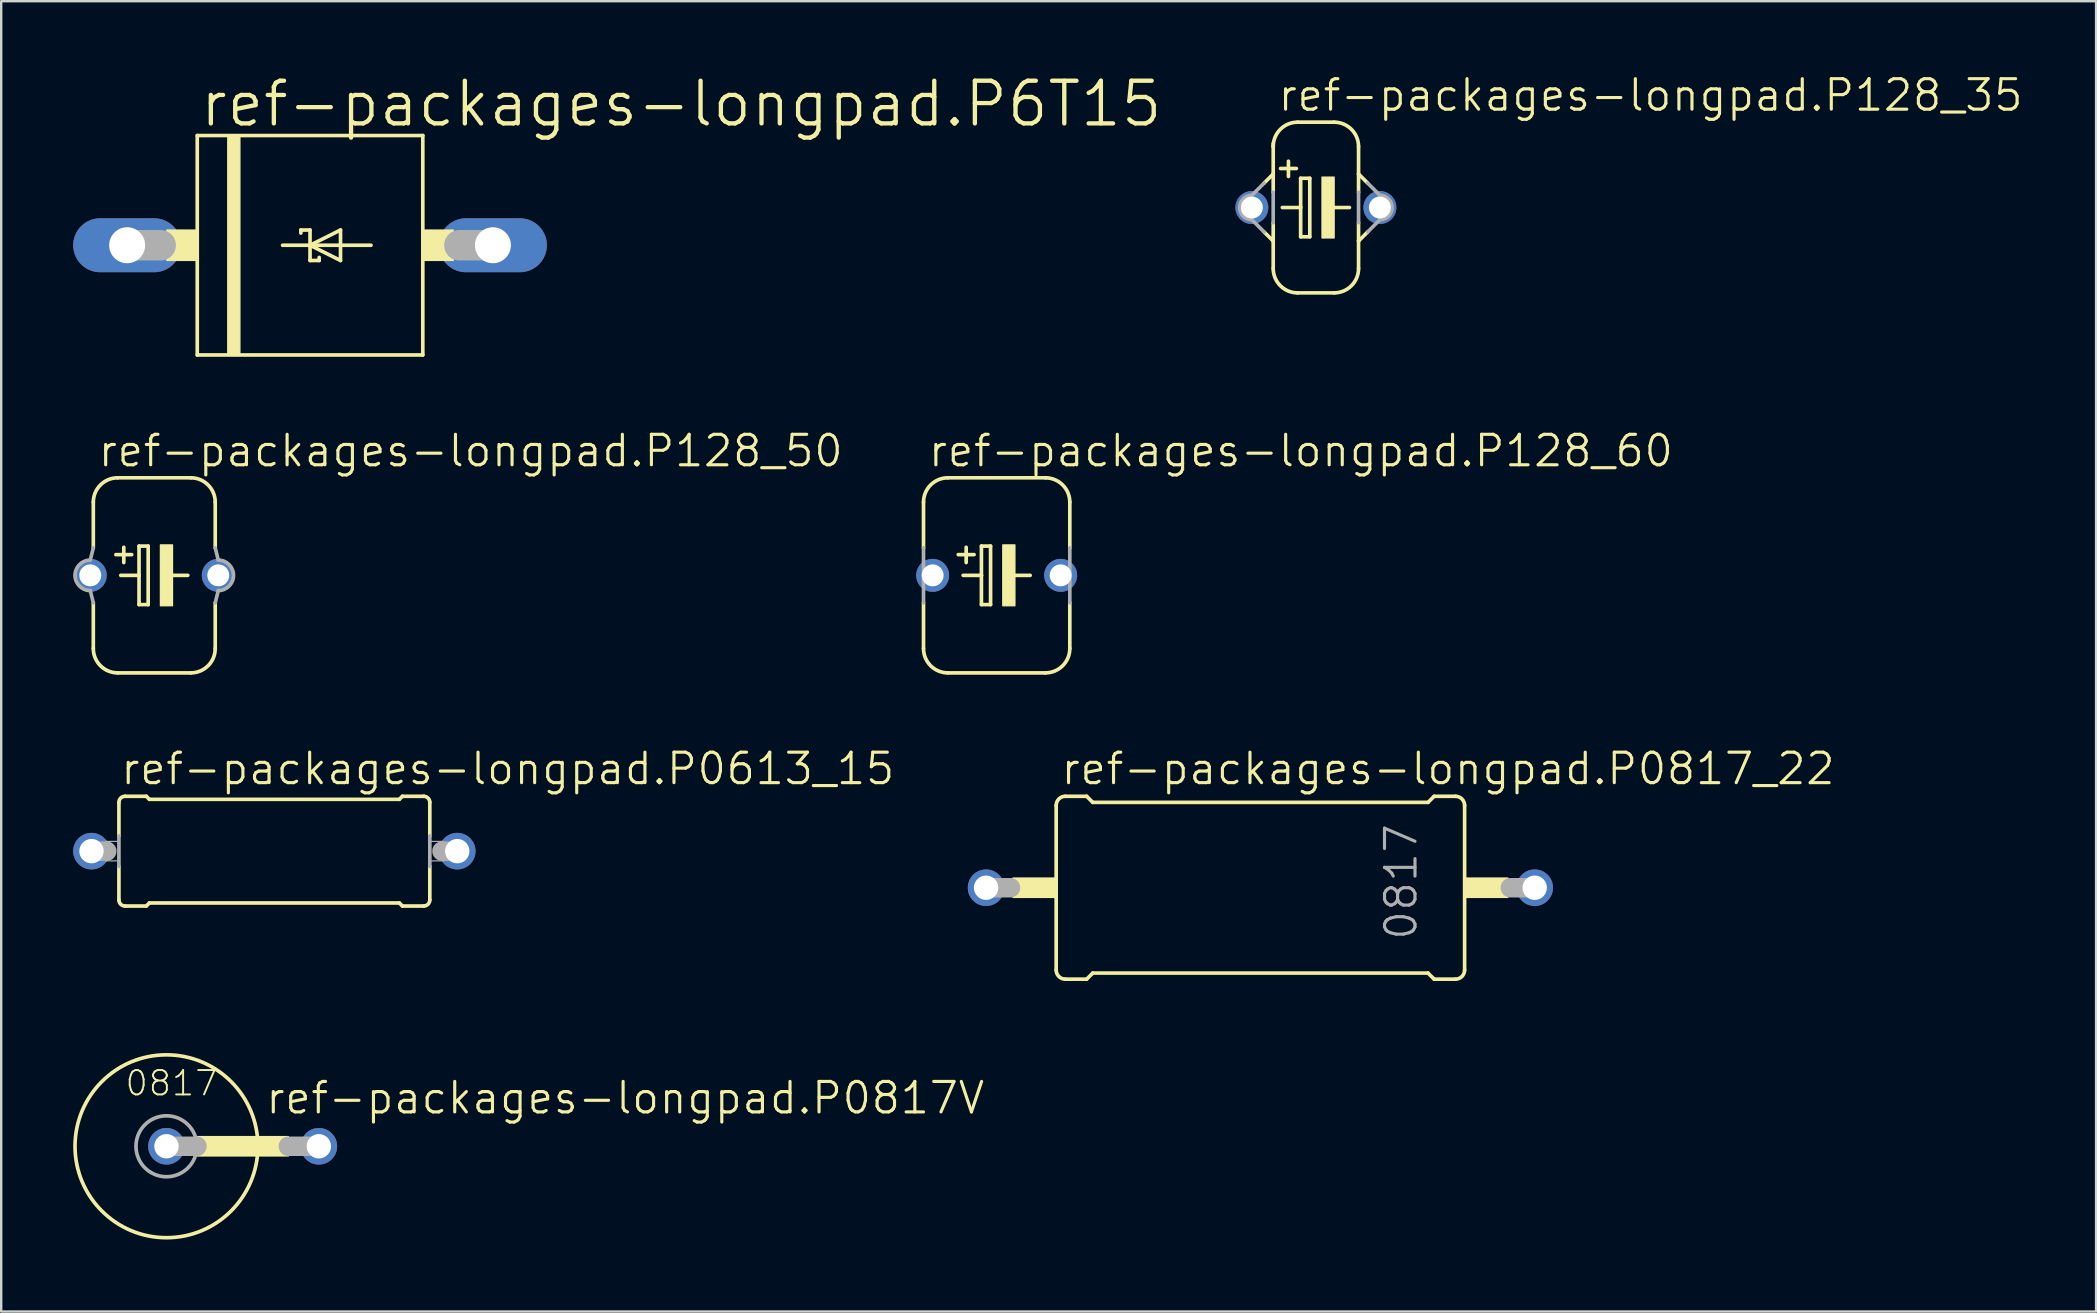
<source format=kicad_pcb>
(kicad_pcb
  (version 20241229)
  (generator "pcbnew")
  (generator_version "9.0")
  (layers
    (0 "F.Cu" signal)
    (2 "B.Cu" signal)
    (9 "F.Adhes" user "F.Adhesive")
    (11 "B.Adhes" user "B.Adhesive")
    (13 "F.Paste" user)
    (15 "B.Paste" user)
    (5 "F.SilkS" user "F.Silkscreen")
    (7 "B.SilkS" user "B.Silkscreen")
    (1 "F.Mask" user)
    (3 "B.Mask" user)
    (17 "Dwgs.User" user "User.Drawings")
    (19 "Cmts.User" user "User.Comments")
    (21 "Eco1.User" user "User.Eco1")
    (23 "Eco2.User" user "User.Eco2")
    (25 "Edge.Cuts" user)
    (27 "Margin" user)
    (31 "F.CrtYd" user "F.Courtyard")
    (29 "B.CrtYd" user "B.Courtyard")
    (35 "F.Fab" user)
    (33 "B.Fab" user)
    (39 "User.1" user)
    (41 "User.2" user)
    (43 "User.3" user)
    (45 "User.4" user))
  (footprint "ref-packages-longpad.P128_60"
    (layer "F.Cu")
    (at 38.478 20.923)
    (property "Reference" "ref-packages-longpad.P128_60" (at -2.921 -4.445 0) (layer "F.SilkS") (effects (font (size 1.27 1.27) (thickness 0.13)) (justify left bottom)))
    (attr through_hole)
    (fp_line (start -3.048 -3.048) (end -3.048 -1.143) (stroke (width 0.152) (type default)) (layer "F.SilkS"))
    (fp_line (start -3.048 1.143) (end -3.048 3.048) (stroke (width 0.152) (type default)) (layer "F.SilkS"))
    (fp_line (start -2.032 4.064) (end 2.032 4.064) (stroke (width 0.152) (type default)) (layer "F.SilkS"))
    (fp_line (start -1.397 0) (end -0.635 0) (stroke (width 0.152) (type default)) (layer "F.SilkS"))
    (fp_line (start -1.27 -1.168) (end -1.27 -0.533) (stroke (width 0.152) (type default)) (layer "F.SilkS"))
    (fp_line (start -0.94 -0.864) (end -1.6 -0.864) (stroke (width 0.152) (type default)) (layer "F.SilkS"))
    (fp_line (start -0.635 -1.219) (end -0.635 0) (stroke (width 0.152) (type default)) (layer "F.SilkS"))
    (fp_line (start -0.635 0) (end -0.635 1.219) (stroke (width 0.152) (type default)) (layer "F.SilkS"))
    (fp_line (start -0.635 1.219) (end -0.254 1.219) (stroke (width 0.152) (type default)) (layer "F.SilkS"))
    (fp_line (start -0.254 -1.219) (end -0.635 -1.219) (stroke (width 0.152) (type default)) (layer "F.SilkS"))
    (fp_line (start -0.254 1.219) (end -0.254 -1.219) (stroke (width 0.152) (type default)) (layer "F.SilkS"))
    (fp_line (start 0.635 0) (end 1.397 0) (stroke (width 0.152) (type default)) (layer "F.SilkS"))
    (fp_line (start 2.032 -4.064) (end -2.032 -4.064) (stroke (width 0.152) (type default)) (layer "F.SilkS"))
    (fp_line (start 3.048 -3.048) (end 3.048 -1.143) (stroke (width 0.152) (type default)) (layer "F.SilkS"))
    (fp_line (start 3.048 1.143) (end 3.048 3.048) (stroke (width 0.152) (type default)) (layer "F.SilkS"))
    (fp_rect (start 0.254 1.27) (end 0.762 -1.27) (stroke (width 0.05) (type default)) (fill yes) (layer "F.SilkS"))
    (fp_arc (start -3.048 -3.048) (mid -2.75042 -3.76642) (end -2.032 -4.064) (stroke (width 0.1524) (type default)) (layer "F.SilkS"))
    (fp_arc (start -2.032 4.064) (mid -2.75042 3.76642) (end -3.048 3.048) (stroke (width 0.1524) (type default)) (layer "F.SilkS"))
    (fp_arc (start 2.032 -4.064) (mid 2.75042 -3.76642) (end 3.048 -3.048) (stroke (width 0.1524) (type default)) (layer "F.SilkS"))
    (fp_arc (start 3.048 3.048) (mid 2.75042 3.76642) (end 2.032 4.064) (stroke (width 0.1524) (type default)) (layer "F.SilkS"))
    (fp_line (start -3.048 1.143) (end -3.048 -1.143) (stroke (width 0.152) (type default)) (layer "F.Fab"))
    (fp_line (start 3.048 1.143) (end 3.048 -1.143) (stroke (width 0.152) (type default)) (layer "F.Fab"))
    (pad "+" thru_hole circle (at -2.667 0) (size 1.372 1.372) (drill 0.914) (layers "*.Cu" "*.Mask"))
    (pad "-" thru_hole circle (at 2.667 0) (size 1.372 1.372) (drill 0.914) (layers "*.Cu" "*.Mask")))
  (footprint "ref-packages-longpad.P0817V"
    (layer "F.Cu")
    (at 8.966 44.712)
    (property "Reference" "ref-packages-longpad.P0817V" (at -1.016 -1.27 0) (layer "F.SilkS") (effects (font (size 1.27 1.27) (thickness 0.13)) (justify left bottom)))
    (attr through_hole)
    (fp_rect (start -3.81 0.406) (end 0 -0.406) (stroke (width 0.05) (type default)) (fill yes) (layer "F.SilkS"))
    (fp_circle (center -5.08 0) (end -1.27 0) (stroke (width 0.152) (type default)) (fill no) (layer "F.SilkS"))
    (fp_line (start -3.81 0) (end -5.08 0) (stroke (width 0.813) (type default)) (layer "F.Fab"))
    (fp_line (start 1.27 0) (end 0 0) (stroke (width 0.813) (type default)) (layer "F.Fab"))
    (fp_circle (center -5.08 0) (end -3.81 0) (stroke (width 0.152) (type default)) (fill no) (layer "F.Fab"))
    (fp_text user "0817" (at -6.858 -2.032 0) (layer "F.SilkS") (effects (font (size 1.016 1.016) (thickness 0.08)) (justify left bottom)))
    (pad "1" thru_hole circle (at -5.08 0) (size 1.524 1.524) (drill 1.016) (layers "*.Cu" "*.Mask"))
    (pad "2" thru_hole circle (at 1.27 0) (size 1.524 1.524) (drill 1.016) (layers "*.Cu" "*.Mask")))
  (footprint "ref-packages-longpad.P0817_22"
    (layer "F.Cu")
    (at 49.467 33.939)
    (property "Reference" "ref-packages-longpad.P0817_22" (at -8.382 -4.216 0) (layer "F.SilkS") (effects (font (size 1.27 1.27) (thickness 0.13)) (justify left bottom)))
    (attr through_hole)
    (fp_line (start -8.509 3.429) (end -8.509 -3.429) (stroke (width 0.152) (type default)) (layer "F.SilkS"))
    (fp_line (start -8.128 -3.81) (end -7.239 -3.81) (stroke (width 0.152) (type default)) (layer "F.SilkS"))
    (fp_line (start -8.128 3.81) (end -7.239 3.81) (stroke (width 0.152) (type default)) (layer "F.SilkS"))
    (fp_line (start -6.985 -3.556) (end -7.239 -3.81) (stroke (width 0.152) (type default)) (layer "F.SilkS"))
    (fp_line (start -6.985 3.556) (end -7.239 3.81) (stroke (width 0.152) (type default)) (layer "F.SilkS"))
    (fp_line (start 6.985 -3.556) (end -6.985 -3.556) (stroke (width 0.152) (type default)) (layer "F.SilkS"))
    (fp_line (start 6.985 -3.556) (end 7.239 -3.81) (stroke (width 0.152) (type default)) (layer "F.SilkS"))
    (fp_line (start 6.985 3.556) (end -6.985 3.556) (stroke (width 0.152) (type default)) (layer "F.SilkS"))
    (fp_line (start 6.985 3.556) (end 7.239 3.81) (stroke (width 0.152) (type default)) (layer "F.SilkS"))
    (fp_line (start 8.128 -3.81) (end 7.239 -3.81) (stroke (width 0.152) (type default)) (layer "F.SilkS"))
    (fp_line (start 8.128 3.81) (end 7.239 3.81) (stroke (width 0.152) (type default)) (layer "F.SilkS"))
    (fp_line (start 8.509 3.429) (end 8.509 -3.429) (stroke (width 0.152) (type default)) (layer "F.SilkS"))
    (fp_rect (start -10.312 0.406) (end -8.509 -0.406) (stroke (width 0.05) (type default)) (fill yes) (layer "F.SilkS"))
    (fp_rect (start 8.509 0.406) (end 10.312 -0.406) (stroke (width 0.05) (type default)) (fill yes) (layer "F.SilkS"))
    (fp_arc (start -8.509 -3.429) (mid -8.397408 -3.698408) (end -8.128 -3.81) (stroke (width 0.1524) (type default)) (layer "F.SilkS"))
    (fp_arc (start -8.128 3.81) (mid -8.397408 3.698408) (end -8.509 3.429) (stroke (width 0.1524) (type default)) (layer "F.SilkS"))
    (fp_arc (start 8.128 -3.81) (mid 8.397408 -3.698408) (end 8.509 -3.429) (stroke (width 0.1524) (type default)) (layer "F.SilkS"))
    (fp_arc (start 8.509 3.429) (mid 8.397408 3.698408) (end 8.128 3.81) (stroke (width 0.1524) (type default)) (layer "F.SilkS"))
    (fp_line (start -10.414 0) (end -11.43 0) (stroke (width 0.813) (type default)) (layer "F.Fab"))
    (fp_line (start 11.43 0) (end 10.414 0) (stroke (width 0.813) (type default)) (layer "F.Fab"))
    (fp_text user "0817" (at 6.604 2.261 90) (layer "F.Fab") (effects (font (size 1.27 1.27) (thickness 0.13)) (justify left bottom)))
    (pad "1" thru_hole circle (at -11.43 0) (size 1.524 1.524) (drill 1.016) (layers "*.Cu" "*.Mask"))
    (pad "2" thru_hole circle (at 11.43 0) (size 1.524 1.524) (drill 1.016) (layers "*.Cu" "*.Mask")))
  (footprint "ref-packages-longpad.P128_50"
    (layer "F.Cu")
    (at 3.378 20.923)
    (property "Reference" "ref-packages-longpad.P128_50" (at -2.413 -4.445 0) (layer "F.SilkS") (effects (font (size 1.27 1.27) (thickness 0.13)) (justify left bottom)))
    (attr through_hole)
    (fp_line (start -2.54 -3.048) (end -2.54 -1.143) (stroke (width 0.152) (type default)) (layer "F.SilkS"))
    (fp_line (start -2.54 1.143) (end -2.54 3.048) (stroke (width 0.152) (type default)) (layer "F.SilkS"))
    (fp_line (start -1.524 4.064) (end 1.524 4.064) (stroke (width 0.152) (type default)) (layer "F.SilkS"))
    (fp_line (start -1.397 0) (end -0.635 0) (stroke (width 0.152) (type default)) (layer "F.SilkS"))
    (fp_line (start -1.27 -1.168) (end -1.27 -0.533) (stroke (width 0.152) (type default)) (layer "F.SilkS"))
    (fp_line (start -0.94 -0.864) (end -1.6 -0.864) (stroke (width 0.152) (type default)) (layer "F.SilkS"))
    (fp_line (start -0.635 -1.219) (end -0.635 0) (stroke (width 0.152) (type default)) (layer "F.SilkS"))
    (fp_line (start -0.635 0) (end -0.635 1.219) (stroke (width 0.152) (type default)) (layer "F.SilkS"))
    (fp_line (start -0.635 1.219) (end -0.254 1.219) (stroke (width 0.152) (type default)) (layer "F.SilkS"))
    (fp_line (start -0.254 -1.219) (end -0.635 -1.219) (stroke (width 0.152) (type default)) (layer "F.SilkS"))
    (fp_line (start -0.254 1.219) (end -0.254 -1.219) (stroke (width 0.152) (type default)) (layer "F.SilkS"))
    (fp_line (start 0.635 0) (end 1.397 0) (stroke (width 0.152) (type default)) (layer "F.SilkS"))
    (fp_line (start 1.524 -4.064) (end -1.524 -4.064) (stroke (width 0.152) (type default)) (layer "F.SilkS"))
    (fp_line (start 2.54 -3.048) (end 2.54 -1.143) (stroke (width 0.152) (type default)) (layer "F.SilkS"))
    (fp_line (start 2.54 1.143) (end 2.54 3.048) (stroke (width 0.152) (type default)) (layer "F.SilkS"))
    (fp_rect (start 0.254 1.27) (end 0.762 -1.27) (stroke (width 0.05) (type default)) (fill yes) (layer "F.SilkS"))
    (fp_arc (start -2.54 -3.048) (mid -2.24242 -3.76642) (end -1.524 -4.064) (stroke (width 0.1524) (type default)) (layer "F.SilkS"))
    (fp_arc (start -1.524 4.064) (mid -2.24242 3.76642) (end -2.54 3.048) (stroke (width 0.1524) (type default)) (layer "F.SilkS"))
    (fp_arc (start 1.524 -4.064) (mid 2.24242 -3.76642) (end 2.54 -3.048) (stroke (width 0.1524) (type default)) (layer "F.SilkS"))
    (fp_arc (start 2.54 3.048) (mid 2.24242 3.76642) (end 1.524 4.064) (stroke (width 0.1524) (type default)) (layer "F.SilkS"))
    (fp_line (start -2.667 -0.635) (end -2.54 -1.143) (stroke (width 0.152) (type default)) (layer "F.Fab"))
    (fp_line (start -2.54 1.143) (end -2.667 0.635) (stroke (width 0.152) (type default)) (layer "F.Fab"))
    (fp_line (start 2.54 1.143) (end 2.667 0.635) (stroke (width 0.152) (type default)) (layer "F.Fab"))
    (fp_line (start 2.667 -0.635) (end 2.54 -1.143) (stroke (width 0.152) (type default)) (layer "F.Fab"))
    (fp_arc (start -2.667 0.635) (mid -3.302 0) (end -2.667 -0.635) (stroke (width 0.1524) (type default)) (layer "F.Fab"))
    (fp_arc (start 2.667 -0.635) (mid 3.302 0) (end 2.667 0.635) (stroke (width 0.1524) (type default)) (layer "F.Fab"))
    (pad "+" thru_hole circle (at -2.667 0) (size 1.372 1.372) (drill 0.914) (layers "*.Cu" "*.Mask"))
    (pad "-" thru_hole circle (at 2.667 0) (size 1.372 1.372) (drill 0.914) (layers "*.Cu" "*.Mask")))
  (footprint "ref-packages-longpad.P0613_15"
    (layer "F.Cu")
    (at 8.382 32.415)
    (property "Reference" "ref-packages-longpad.P0613_15" (at -6.477 -2.692 0) (layer "F.SilkS") (effects (font (size 1.27 1.27) (thickness 0.13)) (justify left bottom)))
    (attr through_hole)
    (fp_line (start -6.477 -0.635) (end -6.477 -2.032) (stroke (width 0.152) (type default)) (layer "F.SilkS"))
    (fp_line (start -6.477 2.032) (end -6.477 0.635) (stroke (width 0.152) (type default)) (layer "F.SilkS"))
    (fp_line (start -6.223 -2.286) (end -5.334 -2.286) (stroke (width 0.152) (type default)) (layer "F.SilkS"))
    (fp_line (start -6.223 2.286) (end -5.334 2.286) (stroke (width 0.152) (type default)) (layer "F.SilkS"))
    (fp_line (start -5.207 -2.159) (end -5.334 -2.286) (stroke (width 0.152) (type default)) (layer "F.SilkS"))
    (fp_line (start -5.207 2.159) (end -5.334 2.286) (stroke (width 0.152) (type default)) (layer "F.SilkS"))
    (fp_line (start 5.207 -2.159) (end -5.207 -2.159) (stroke (width 0.152) (type default)) (layer "F.SilkS"))
    (fp_line (start 5.207 -2.159) (end 5.334 -2.286) (stroke (width 0.152) (type default)) (layer "F.SilkS"))
    (fp_line (start 5.207 2.159) (end -5.207 2.159) (stroke (width 0.152) (type default)) (layer "F.SilkS"))
    (fp_line (start 5.207 2.159) (end 5.334 2.286) (stroke (width 0.152) (type default)) (layer "F.SilkS"))
    (fp_line (start 6.223 -2.286) (end 5.334 -2.286) (stroke (width 0.152) (type default)) (layer "F.SilkS"))
    (fp_line (start 6.223 2.286) (end 5.334 2.286) (stroke (width 0.152) (type default)) (layer "F.SilkS"))
    (fp_line (start 6.477 -2.032) (end 6.477 -0.635) (stroke (width 0.152) (type default)) (layer "F.SilkS"))
    (fp_line (start 6.477 0.635) (end 6.477 2.032) (stroke (width 0.152) (type default)) (layer "F.SilkS"))
    (fp_arc (start -6.477 -2.032) (mid -6.402605 -2.211605) (end -6.223 -2.286) (stroke (width 0.1524) (type default)) (layer "F.SilkS"))
    (fp_arc (start -6.223 2.286) (mid -6.402605 2.211605) (end -6.477 2.032) (stroke (width 0.1524) (type default)) (layer "F.SilkS"))
    (fp_arc (start 6.223 -2.286) (mid 6.402605 -2.211605) (end 6.477 -2.032) (stroke (width 0.1524) (type default)) (layer "F.SilkS"))
    (fp_arc (start 6.477 2.032) (mid 6.402605 2.211605) (end 6.223 2.286) (stroke (width 0.1524) (type default)) (layer "F.SilkS"))
    (fp_line (start -7.62 0) (end -6.985 0) (stroke (width 0.813) (type default)) (layer "F.Fab"))
    (fp_line (start -6.477 -0.635) (end -6.477 0.635) (stroke (width 0.152) (type default)) (layer "F.Fab"))
    (fp_line (start 6.477 0.635) (end 6.477 -0.635) (stroke (width 0.152) (type default)) (layer "F.Fab"))
    (fp_line (start 7.62 0) (end 6.985 0) (stroke (width 0.813) (type default)) (layer "F.Fab"))
    (fp_rect (start -7.036 0.406) (end -6.477 -0.406) (stroke (width 0.05) (type default)) (fill no) (layer "F.Fab"))
    (fp_rect (start 6.477 0.406) (end 7.036 -0.406) (stroke (width 0.05) (type default)) (fill no) (layer "F.Fab"))
    (pad "1" thru_hole circle (at -7.62 0) (size 1.524 1.524) (drill 1.016) (layers "*.Cu" "*.Mask"))
    (pad "2" thru_hole circle (at 7.62 0) (size 1.524 1.524) (drill 1.016) (layers "*.Cu" "*.Mask")))
  (footprint "ref-packages-longpad.P6T15"
    (layer "F.Cu")
    (at 9.868 7.169)
    (property "Reference" "ref-packages-longpad.P6T15" (at -4.674 -4.851 0) (layer "F.SilkS") (effects (font (size 1.778 1.778) (thickness 0.18)) (justify left bottom)))
    (attr through_hole)
    (fp_line (start -4.699 -4.572) (end 4.699 -4.572) (stroke (width 0.152) (type default)) (layer "F.SilkS"))
    (fp_line (start -4.699 4.572) (end -4.699 -4.572) (stroke (width 0.152) (type default)) (layer "F.SilkS"))
    (fp_line (start -1.143 0) (end 0 0) (stroke (width 0.152) (type default)) (layer "F.SilkS"))
    (fp_line (start -0.381 -0.635) (end 0 -0.635) (stroke (width 0.152) (type default)) (layer "F.SilkS"))
    (fp_line (start -0.381 -0.508) (end -0.381 -0.635) (stroke (width 0.152) (type default)) (layer "F.SilkS"))
    (fp_line (start 0 -0.635) (end 0 0) (stroke (width 0.152) (type default)) (layer "F.SilkS"))
    (fp_line (start 0 0) (end 1.27 -0.635) (stroke (width 0.152) (type default)) (layer "F.SilkS"))
    (fp_line (start 0 0) (end 2.54 0) (stroke (width 0.152) (type default)) (layer "F.SilkS"))
    (fp_line (start 0 0.635) (end 0 0) (stroke (width 0.152) (type default)) (layer "F.SilkS"))
    (fp_line (start 0.381 0.508) (end 0.381 0.635) (stroke (width 0.152) (type default)) (layer "F.SilkS"))
    (fp_line (start 0.381 0.635) (end 0 0.635) (stroke (width 0.152) (type default)) (layer "F.SilkS"))
    (fp_line (start 1.27 -0.635) (end 1.27 0.635) (stroke (width 0.152) (type default)) (layer "F.SilkS"))
    (fp_line (start 1.27 0.635) (end 0 0) (stroke (width 0.152) (type default)) (layer "F.SilkS"))
    (fp_line (start 4.699 -4.572) (end 4.699 4.572) (stroke (width 0.152) (type default)) (layer "F.SilkS"))
    (fp_line (start 4.699 4.572) (end -4.699 4.572) (stroke (width 0.152) (type default)) (layer "F.SilkS"))
    (fp_rect (start -5.969 0.635) (end -4.699 -0.635) (stroke (width 0.05) (type default)) (fill yes) (layer "F.SilkS"))
    (fp_rect (start -3.429 4.572) (end -2.921 -4.572) (stroke (width 0.05) (type default)) (fill yes) (layer "F.SilkS"))
    (fp_rect (start 4.699 0.635) (end 5.969 -0.635) (stroke (width 0.05) (type default)) (fill yes) (layer "F.SilkS"))
    (fp_line (start -7.62 0) (end -6.223 0) (stroke (width 1.27) (type default)) (layer "F.Fab"))
    (fp_line (start 7.62 0) (end 6.223 0) (stroke (width 1.27) (type default)) (layer "F.Fab"))
    (pad "A" thru_hole oval (at 7.62 0) (size 4.496 2.248) (drill 1.499) (layers "*.Cu" "*.Mask"))
    (pad "C" thru_hole oval (at -7.62 0) (size 4.496 2.248) (drill 1.499) (layers "*.Cu" "*.Mask")))
  (footprint "ref-packages-longpad.P128_35"
    (layer "F.Cu")
    (at 51.779 5.597)
    (property "Reference" "ref-packages-longpad.P128_35" (at -1.651 -3.937 0) (layer "F.SilkS") (effects (font (size 1.27 1.27) (thickness 0.13)) (justify left bottom)))
    (attr through_hole)
    (fp_line (start -2.159 -1.016) (end -1.778 -1.397) (stroke (width 0.152) (type default)) (layer "F.SilkS"))
    (fp_line (start -1.778 -2.667) (end -1.778 -2.54) (stroke (width 0.152) (type default)) (layer "F.SilkS"))
    (fp_line (start -1.778 -2.54) (end -1.778 -1.397) (stroke (width 0.152) (type default)) (layer "F.SilkS"))
    (fp_line (start -1.778 -1.397) (end -1.778 -0.635) (stroke (width 0.152) (type default)) (layer "F.SilkS"))
    (fp_line (start -1.778 0.635) (end -1.778 1.397) (stroke (width 0.152) (type default)) (layer "F.SilkS"))
    (fp_line (start -1.778 1.397) (end -2.159 1.016) (stroke (width 0.152) (type default)) (layer "F.SilkS"))
    (fp_line (start -1.778 1.397) (end -1.778 2.54) (stroke (width 0.152) (type default)) (layer "F.SilkS"))
    (fp_line (start -1.397 0) (end -0.635 0) (stroke (width 0.152) (type default)) (layer "F.SilkS"))
    (fp_line (start -1.143 -1.93) (end -1.143 -1.295) (stroke (width 0.152) (type default)) (layer "F.SilkS"))
    (fp_line (start -0.813 -1.626) (end -1.473 -1.626) (stroke (width 0.152) (type default)) (layer "F.SilkS"))
    (fp_line (start -0.762 3.556) (end 0.762 3.556) (stroke (width 0.152) (type default)) (layer "F.SilkS"))
    (fp_line (start -0.635 -1.219) (end -0.635 0) (stroke (width 0.152) (type default)) (layer "F.SilkS"))
    (fp_line (start -0.635 0) (end -0.635 1.219) (stroke (width 0.152) (type default)) (layer "F.SilkS"))
    (fp_line (start -0.635 1.219) (end -0.254 1.219) (stroke (width 0.152) (type default)) (layer "F.SilkS"))
    (fp_line (start -0.254 -1.219) (end -0.635 -1.219) (stroke (width 0.152) (type default)) (layer "F.SilkS"))
    (fp_line (start -0.254 1.219) (end -0.254 -1.219) (stroke (width 0.152) (type default)) (layer "F.SilkS"))
    (fp_line (start 0.635 0) (end 1.397 0) (stroke (width 0.152) (type default)) (layer "F.SilkS"))
    (fp_line (start 0.762 -3.556) (end -0.762 -3.556) (stroke (width 0.152) (type default)) (layer "F.SilkS"))
    (fp_line (start 1.778 -2.54) (end 1.778 -1.397) (stroke (width 0.152) (type default)) (layer "F.SilkS"))
    (fp_line (start 1.778 -1.397) (end 1.778 -0.635) (stroke (width 0.152) (type default)) (layer "F.SilkS"))
    (fp_line (start 1.778 0.635) (end 1.778 1.397) (stroke (width 0.152) (type default)) (layer "F.SilkS"))
    (fp_line (start 1.778 1.397) (end 1.778 2.54) (stroke (width 0.152) (type default)) (layer "F.SilkS"))
    (fp_line (start 1.778 1.397) (end 2.159 1.016) (stroke (width 0.152) (type default)) (layer "F.SilkS"))
    (fp_line (start 2.159 -1.016) (end 1.778 -1.397) (stroke (width 0.152) (type default)) (layer "F.SilkS"))
    (fp_rect (start 0.254 1.27) (end 0.762 -1.27) (stroke (width 0.05) (type default)) (fill yes) (layer "F.SilkS"))
    (fp_arc (start -1.778 -2.54) (mid -1.48042 -3.25842) (end -0.762 -3.556) (stroke (width 0.1524) (type default)) (layer "F.SilkS"))
    (fp_arc (start -0.762 3.556) (mid -1.48042 3.25842) (end -1.778 2.54) (stroke (width 0.1524) (type default)) (layer "F.SilkS"))
    (fp_arc (start 0.762 -3.556) (mid 1.48042 -3.25842) (end 1.778 -2.54) (stroke (width 0.1524) (type default)) (layer "F.SilkS"))
    (fp_arc (start 1.778 2.54) (mid 1.48042 3.25842) (end 0.762 3.556) (stroke (width 0.1524) (type default)) (layer "F.SilkS"))
    (fp_line (start -2.667 -0.508) (end -2.159 -1.016) (stroke (width 0.152) (type default)) (layer "F.Fab"))
    (fp_line (start -2.159 1.016) (end -2.667 0.508) (stroke (width 0.152) (type default)) (layer "F.Fab"))
    (fp_line (start -1.778 -0.635) (end -1.778 0.635) (stroke (width 0.152) (type default)) (layer "F.Fab"))
    (fp_line (start 1.778 -0.635) (end 1.778 0.635) (stroke (width 0.152) (type default)) (layer "F.Fab"))
    (fp_line (start 2.159 1.016) (end 2.667 0.508) (stroke (width 0.152) (type default)) (layer "F.Fab"))
    (fp_line (start 2.667 -0.508) (end 2.159 -1.016) (stroke (width 0.152) (type default)) (layer "F.Fab"))
    (fp_arc (start -2.667 0.508) (mid -3.175 0) (end -2.667 -0.508) (stroke (width 0.1524) (type default)) (layer "F.Fab"))
    (fp_arc (start 2.667 -0.508) (mid 3.175 0) (end 2.667 0.508) (stroke (width 0.1524) (type default)) (layer "F.Fab"))
    (pad "+" thru_hole circle (at -2.667 0) (size 1.372 1.372) (drill 0.914) (layers "*.Cu" "*.Mask"))
    (pad "-" thru_hole circle (at 2.667 0) (size 1.372 1.372) (drill 0.914) (layers "*.Cu" "*.Mask")))
  (gr_rect
    (start -3 -3)
    (end 84.288 51.598)
    (stroke (width 0.1) (type default))
    (fill no)
    (layer "Edge.Cuts")))
</source>
